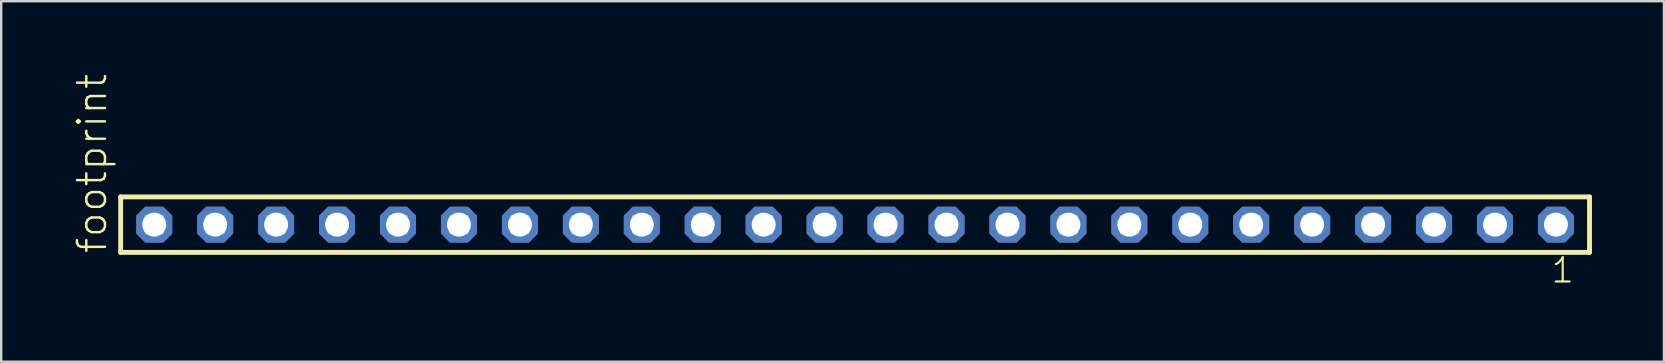
<source format=kicad_pcb>
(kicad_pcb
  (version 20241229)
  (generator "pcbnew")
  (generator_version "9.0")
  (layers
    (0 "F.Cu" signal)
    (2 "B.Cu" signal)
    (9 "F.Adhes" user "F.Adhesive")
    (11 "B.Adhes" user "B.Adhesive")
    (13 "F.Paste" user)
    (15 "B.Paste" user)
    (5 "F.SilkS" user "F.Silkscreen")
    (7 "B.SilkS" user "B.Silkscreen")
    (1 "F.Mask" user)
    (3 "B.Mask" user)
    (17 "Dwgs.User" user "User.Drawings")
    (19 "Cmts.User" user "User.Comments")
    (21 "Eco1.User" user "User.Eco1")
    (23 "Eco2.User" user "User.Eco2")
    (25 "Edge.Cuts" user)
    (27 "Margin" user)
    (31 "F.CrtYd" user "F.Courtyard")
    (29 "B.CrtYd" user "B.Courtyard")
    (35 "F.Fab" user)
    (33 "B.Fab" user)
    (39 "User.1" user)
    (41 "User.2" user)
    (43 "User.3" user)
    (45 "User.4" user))
  (footprint "footprint"
    (layer "F.Cu")
    (at 32.588 6.312)
    (property "Reference" "footprint" (at -31.115 1.27 90) (layer "F.SilkS") (effects (font (size 1.168 1.168) (thickness 0.102)) (justify left bottom)))
    (fp_line (start -30.609 -1.155) (end 30.609 -1.155) (stroke (width 0.203) (type solid)) (layer "F.SilkS"))
    (fp_line (start -30.609 1.155) (end -30.609 -1.155) (stroke (width 0.203) (type solid)) (layer "F.SilkS"))
    (fp_line (start 30.609 -1.155) (end 30.609 1.155) (stroke (width 0.203) (type solid)) (layer "F.SilkS"))
    (fp_line (start 30.609 1.155) (end -30.609 1.155) (stroke (width 0.203) (type solid)) (layer "F.SilkS"))
    (fp_poly (pts (xy -29.56 0.35) (xy -28.86 0.35) (xy -28.86 -0.35) (xy -29.56 -0.35)) (stroke (width 0.1) (type solid)) (fill no) (layer "F.Fab"))
    (fp_poly (pts (xy -27.02 0.35) (xy -26.32 0.35) (xy -26.32 -0.35) (xy -27.02 -0.35)) (stroke (width 0.1) (type solid)) (fill no) (layer "F.Fab"))
    (fp_poly (pts (xy -24.48 0.35) (xy -23.78 0.35) (xy -23.78 -0.35) (xy -24.48 -0.35)) (stroke (width 0.1) (type solid)) (fill no) (layer "F.Fab"))
    (fp_poly (pts (xy -21.94 0.35) (xy -21.24 0.35) (xy -21.24 -0.35) (xy -21.94 -0.35)) (stroke (width 0.1) (type solid)) (fill no) (layer "F.Fab"))
    (fp_poly (pts (xy -19.4 0.35) (xy -18.7 0.35) (xy -18.7 -0.35) (xy -19.4 -0.35)) (stroke (width 0.1) (type solid)) (fill no) (layer "F.Fab"))
    (fp_poly (pts (xy -16.86 0.35) (xy -16.16 0.35) (xy -16.16 -0.35) (xy -16.86 -0.35)) (stroke (width 0.1) (type solid)) (fill no) (layer "F.Fab"))
    (fp_poly (pts (xy -14.32 0.35) (xy -13.62 0.35) (xy -13.62 -0.35) (xy -14.32 -0.35)) (stroke (width 0.1) (type solid)) (fill no) (layer "F.Fab"))
    (fp_poly (pts (xy -11.78 0.35) (xy -11.08 0.35) (xy -11.08 -0.35) (xy -11.78 -0.35)) (stroke (width 0.1) (type solid)) (fill no) (layer "F.Fab"))
    (fp_poly (pts (xy -9.24 0.35) (xy -8.54 0.35) (xy -8.54 -0.35) (xy -9.24 -0.35)) (stroke (width 0.1) (type solid)) (fill no) (layer "F.Fab"))
    (fp_poly (pts (xy -6.7 0.35) (xy -6 0.35) (xy -6 -0.35) (xy -6.7 -0.35)) (stroke (width 0.1) (type solid)) (fill no) (layer "F.Fab"))
    (fp_poly (pts (xy -4.16 0.35) (xy -3.46 0.35) (xy -3.46 -0.35) (xy -4.16 -0.35)) (stroke (width 0.1) (type solid)) (fill no) (layer "F.Fab"))
    (fp_poly (pts (xy -1.62 0.35) (xy -0.92 0.35) (xy -0.92 -0.35) (xy -1.62 -0.35)) (stroke (width 0.1) (type solid)) (fill no) (layer "F.Fab"))
    (fp_poly (pts (xy 0.92 0.35) (xy 1.62 0.35) (xy 1.62 -0.35) (xy 0.92 -0.35)) (stroke (width 0.1) (type solid)) (fill no) (layer "F.Fab"))
    (fp_poly (pts (xy 3.46 0.35) (xy 4.16 0.35) (xy 4.16 -0.35) (xy 3.46 -0.35)) (stroke (width 0.1) (type solid)) (fill no) (layer "F.Fab"))
    (fp_poly (pts (xy 6 0.35) (xy 6.7 0.35) (xy 6.7 -0.35) (xy 6 -0.35)) (stroke (width 0.1) (type solid)) (fill no) (layer "F.Fab"))
    (fp_poly (pts (xy 8.54 0.35) (xy 9.24 0.35) (xy 9.24 -0.35) (xy 8.54 -0.35)) (stroke (width 0.1) (type solid)) (fill no) (layer "F.Fab"))
    (fp_poly (pts (xy 11.08 0.35) (xy 11.78 0.35) (xy 11.78 -0.35) (xy 11.08 -0.35)) (stroke (width 0.1) (type solid)) (fill no) (layer "F.Fab"))
    (fp_poly (pts (xy 13.62 0.35) (xy 14.32 0.35) (xy 14.32 -0.35) (xy 13.62 -0.35)) (stroke (width 0.1) (type solid)) (fill no) (layer "F.Fab"))
    (fp_poly (pts (xy 16.16 0.35) (xy 16.86 0.35) (xy 16.86 -0.35) (xy 16.16 -0.35)) (stroke (width 0.1) (type solid)) (fill no) (layer "F.Fab"))
    (fp_poly (pts (xy 18.7 0.35) (xy 19.4 0.35) (xy 19.4 -0.35) (xy 18.7 -0.35)) (stroke (width 0.1) (type solid)) (fill no) (layer "F.Fab"))
    (fp_poly (pts (xy 21.24 0.35) (xy 21.94 0.35) (xy 21.94 -0.35) (xy 21.24 -0.35)) (stroke (width 0.1) (type solid)) (fill no) (layer "F.Fab"))
    (fp_poly (pts (xy 23.78 0.35) (xy 24.48 0.35) (xy 24.48 -0.35) (xy 23.78 -0.35)) (stroke (width 0.1) (type solid)) (fill no) (layer "F.Fab"))
    (fp_poly (pts (xy 26.32 0.35) (xy 27.02 0.35) (xy 27.02 -0.35) (xy 26.32 -0.35)) (stroke (width 0.1) (type solid)) (fill no) (layer "F.Fab"))
    (fp_poly (pts (xy 28.86 0.35) (xy 29.56 0.35) (xy 29.56 -0.35) (xy 28.86 -0.35)) (stroke (width 0.1) (type solid)) (fill no) (layer "F.Fab"))
    (fp_text user "1" (at 28.952 2.498 0) (layer "F.SilkS") (effects (font (size 1.012 1.012) (thickness 0.088)) (justify left bottom)))
    (pad "1" thru_hole roundrect (at 29.21 0 180) (size 1.5 1.5) (drill 1) (layers "*.Cu" "*.Mask") (roundrect_rratio 0.25) (chamfer_ratio 0.25) (chamfer top_left top_right bottom_left bottom_right))
    (pad "2" thru_hole roundrect (at 26.67 0 180) (size 1.5 1.5) (drill 1) (layers "*.Cu" "*.Mask") (roundrect_rratio 0.25) (chamfer_ratio 0.25) (chamfer top_left top_right bottom_left bottom_right))
    (pad "3" thru_hole roundrect (at 24.13 0 180) (size 1.5 1.5) (drill 1) (layers "*.Cu" "*.Mask") (roundrect_rratio 0.25) (chamfer_ratio 0.25) (chamfer top_left top_right bottom_left bottom_right))
    (pad "4" thru_hole roundrect (at 21.59 0 180) (size 1.5 1.5) (drill 1) (layers "*.Cu" "*.Mask") (roundrect_rratio 0.25) (chamfer_ratio 0.25) (chamfer top_left top_right bottom_left bottom_right))
    (pad "5" thru_hole roundrect (at 19.05 0 180) (size 1.5 1.5) (drill 1) (layers "*.Cu" "*.Mask") (roundrect_rratio 0.25) (chamfer_ratio 0.25) (chamfer top_left top_right bottom_left bottom_right))
    (pad "6" thru_hole roundrect (at 16.51 0 180) (size 1.5 1.5) (drill 1) (layers "*.Cu" "*.Mask") (roundrect_rratio 0.25) (chamfer_ratio 0.25) (chamfer top_left top_right bottom_left bottom_right))
    (pad "7" thru_hole roundrect (at 13.97 0 180) (size 1.5 1.5) (drill 1) (layers "*.Cu" "*.Mask") (roundrect_rratio 0.25) (chamfer_ratio 0.25) (chamfer top_left top_right bottom_left bottom_right))
    (pad "8" thru_hole roundrect (at 11.43 0 180) (size 1.5 1.5) (drill 1) (layers "*.Cu" "*.Mask") (roundrect_rratio 0.25) (chamfer_ratio 0.25) (chamfer top_left top_right bottom_left bottom_right))
    (pad "9" thru_hole roundrect (at 8.89 0 180) (size 1.5 1.5) (drill 1) (layers "*.Cu" "*.Mask") (roundrect_rratio 0.25) (chamfer_ratio 0.25) (chamfer top_left top_right bottom_left bottom_right))
    (pad "10" thru_hole roundrect (at 6.35 0 180) (size 1.5 1.5) (drill 1) (layers "*.Cu" "*.Mask") (roundrect_rratio 0.25) (chamfer_ratio 0.25) (chamfer top_left top_right bottom_left bottom_right))
    (pad "11" thru_hole roundrect (at 3.81 0 180) (size 1.5 1.5) (drill 1) (layers "*.Cu" "*.Mask") (roundrect_rratio 0.25) (chamfer_ratio 0.25) (chamfer top_left top_right bottom_left bottom_right))
    (pad "12" thru_hole roundrect (at 1.27 0 180) (size 1.5 1.5) (drill 1) (layers "*.Cu" "*.Mask") (roundrect_rratio 0.25) (chamfer_ratio 0.25) (chamfer top_left top_right bottom_left bottom_right))
    (pad "13" thru_hole roundrect (at -1.27 0 180) (size 1.5 1.5) (drill 1) (layers "*.Cu" "*.Mask") (roundrect_rratio 0.25) (chamfer_ratio 0.25) (chamfer top_left top_right bottom_left bottom_right))
    (pad "14" thru_hole roundrect (at -3.81 0 180) (size 1.5 1.5) (drill 1) (layers "*.Cu" "*.Mask") (roundrect_rratio 0.25) (chamfer_ratio 0.25) (chamfer top_left top_right bottom_left bottom_right))
    (pad "15" thru_hole roundrect (at -6.35 0 180) (size 1.5 1.5) (drill 1) (layers "*.Cu" "*.Mask") (roundrect_rratio 0.25) (chamfer_ratio 0.25) (chamfer top_left top_right bottom_left bottom_right))
    (pad "16" thru_hole roundrect (at -8.89 0 180) (size 1.5 1.5) (drill 1) (layers "*.Cu" "*.Mask") (roundrect_rratio 0.25) (chamfer_ratio 0.25) (chamfer top_left top_right bottom_left bottom_right))
    (pad "17" thru_hole roundrect (at -11.43 0 180) (size 1.5 1.5) (drill 1) (layers "*.Cu" "*.Mask") (roundrect_rratio 0.25) (chamfer_ratio 0.25) (chamfer top_left top_right bottom_left bottom_right))
    (pad "18" thru_hole roundrect (at -13.97 0 180) (size 1.5 1.5) (drill 1) (layers "*.Cu" "*.Mask") (roundrect_rratio 0.25) (chamfer_ratio 0.25) (chamfer top_left top_right bottom_left bottom_right))
    (pad "19" thru_hole roundrect (at -16.51 0 180) (size 1.5 1.5) (drill 1) (layers "*.Cu" "*.Mask") (roundrect_rratio 0.25) (chamfer_ratio 0.25) (chamfer top_left top_right bottom_left bottom_right))
    (pad "20" thru_hole roundrect (at -19.05 0 180) (size 1.5 1.5) (drill 1) (layers "*.Cu" "*.Mask") (roundrect_rratio 0.25) (chamfer_ratio 0.25) (chamfer top_left top_right bottom_left bottom_right))
    (pad "21" thru_hole roundrect (at -21.59 0 180) (size 1.5 1.5) (drill 1) (layers "*.Cu" "*.Mask") (roundrect_rratio 0.25) (chamfer_ratio 0.25) (chamfer top_left top_right bottom_left bottom_right))
    (pad "22" thru_hole roundrect (at -24.13 0 180) (size 1.5 1.5) (drill 1) (layers "*.Cu" "*.Mask") (roundrect_rratio 0.25) (chamfer_ratio 0.25) (chamfer top_left top_right bottom_left bottom_right))
    (pad "23" thru_hole roundrect (at -26.67 0 180) (size 1.5 1.5) (drill 1) (layers "*.Cu" "*.Mask") (roundrect_rratio 0.25) (chamfer_ratio 0.25) (chamfer top_left top_right bottom_left bottom_right))
    (pad "24" thru_hole roundrect (at -29.21 0 180) (size 1.5 1.5) (drill 1) (layers "*.Cu" "*.Mask") (roundrect_rratio 0.25) (chamfer_ratio 0.25) (chamfer top_left top_right bottom_left bottom_right)))
  (gr_rect
    (start -3 -3)
    (end 66.299 12.027)
    (stroke (width 0.1) (type default))
    (fill no)
    (layer "Edge.Cuts")))
</source>
